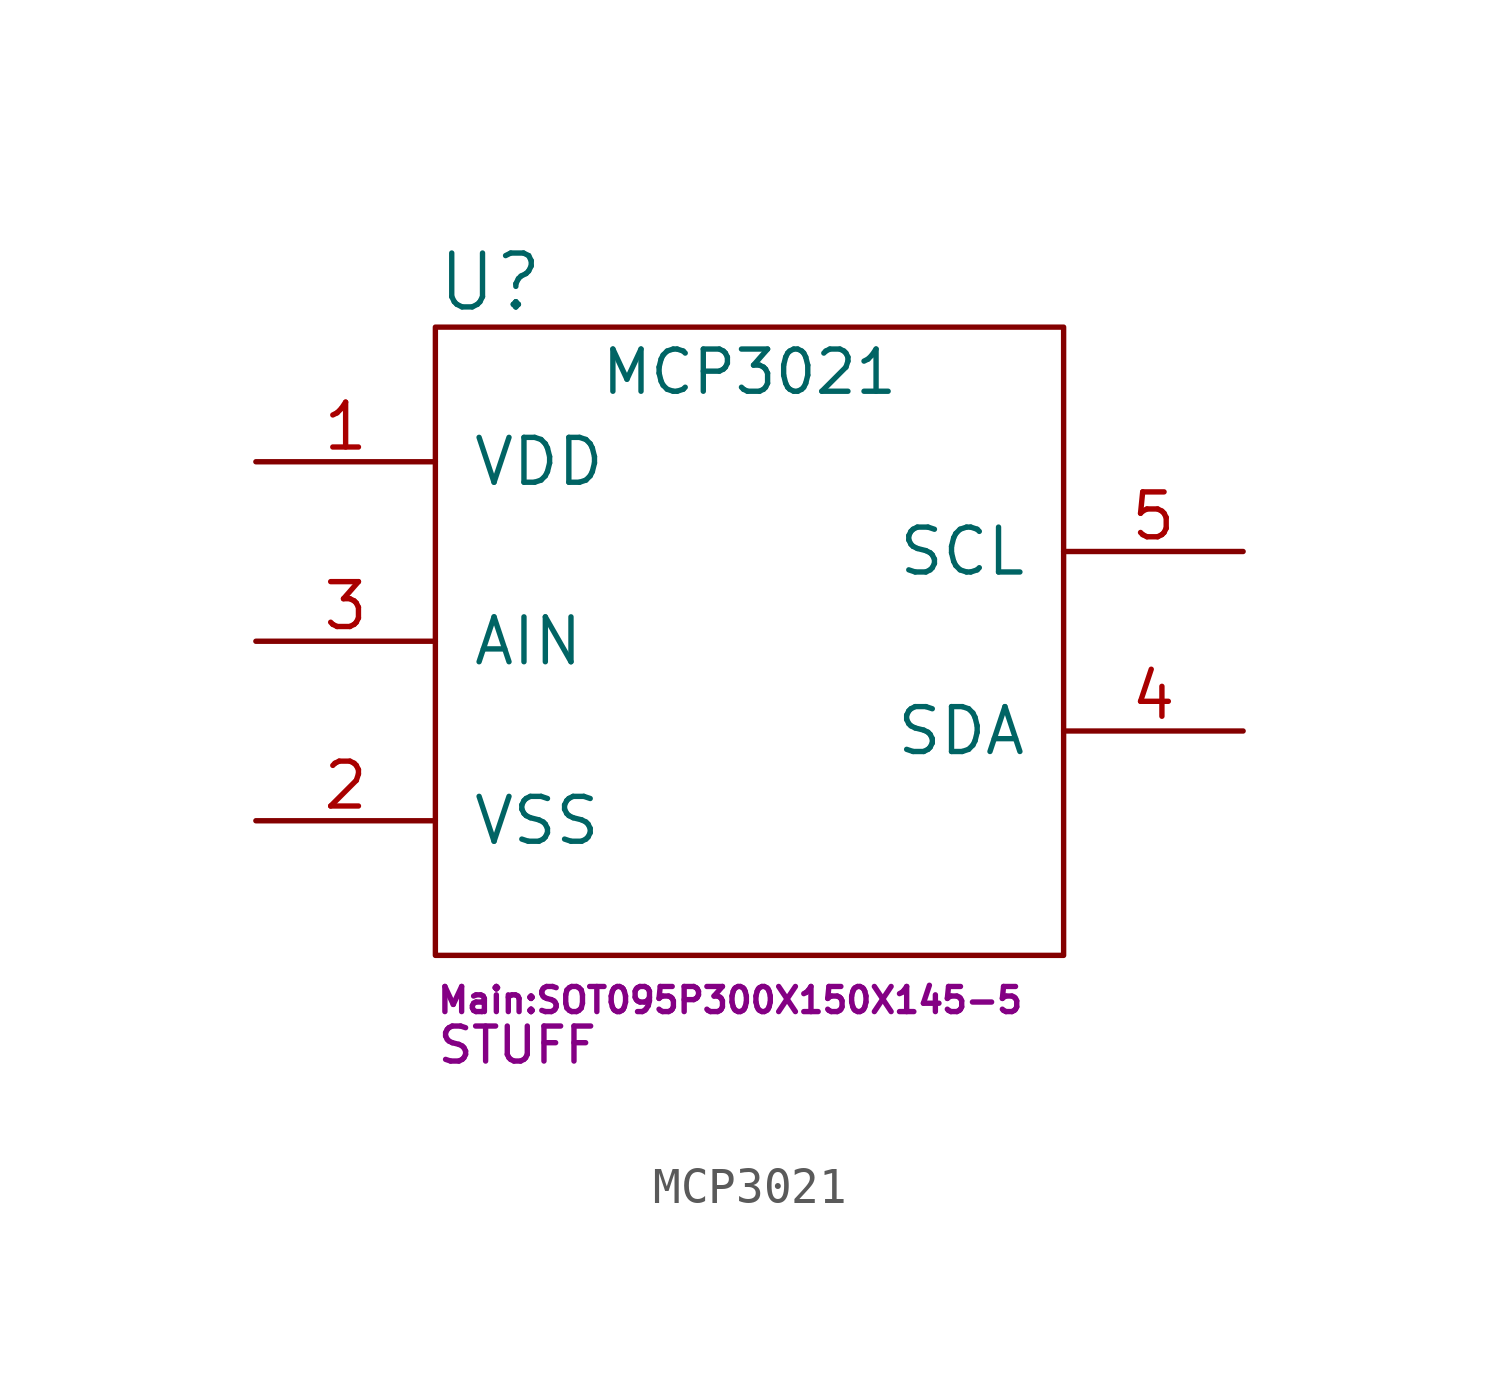
<source format=kicad_sym>
(kicad_symbol_lib
  (version 20231120)
  (generator "kicad_symbol_editor")
  (generator_version "8.0")
  (symbol "MCP3021"
    (pin_names
      (offset 1.016))
    (property "Reference" "U"
      (at -8.89 10.16 0)
      (effects (font (size 1.524 1.524)) (justify left)))
    (property "Value" "MCP3021"
      (at 0 7.62 0)
      (effects (font (size 1.194 1.194))))
    (property "Footprint" "Main:SOT095P300X150X145-5"
      (at -8.89 -10.16 0)
      (effects (font (size 0.711 0.711)) (justify left)))
    (property "Datasheet" ""
      (at -5.08 11.43 0)
      (effects (font (size 1.524 1.524))))
    (property "SKU" "STUFF"
      (at -8.89 -11.43 0)
      (effects (font (size 0.991 0.991)) (justify left)))
    (symbol "MCP3021_0_1"
      (rectangle (start 8.89 8.89) (end -8.89 -8.89) (stroke (width 0) (type default)) (fill (type none))))
    (symbol "MCP3021_1_1"
      (pin power_in line (at -13.97 5.08 0) (length 5.08) (name "VDD" (effects (font (size 1.27 1.27)))) (number "1" (effects (font (size 1.27 1.27)))))
      (pin power_in line (at -13.97 -5.08 0) (length 5.08) (name "VSS" (effects (font (size 1.27 1.27)))) (number "2" (effects (font (size 1.27 1.27)))))
      (pin input line (at -13.97 0 0) (length 5.08) (name "AIN" (effects (font (size 1.27 1.27)))) (number "3" (effects (font (size 1.27 1.27)))))
      (pin bidirectional line (at 13.97 -2.54 180) (length 5.08) (name "SDA" (effects (font (size 1.27 1.27)))) (number "4" (effects (font (size 1.27 1.27)))))
      (pin input line (at 13.97 2.54 180) (length 5.08) (name "SCL" (effects (font (size 1.27 1.27)))) (number "5" (effects (font (size 1.27 1.27))))))))
</source>
